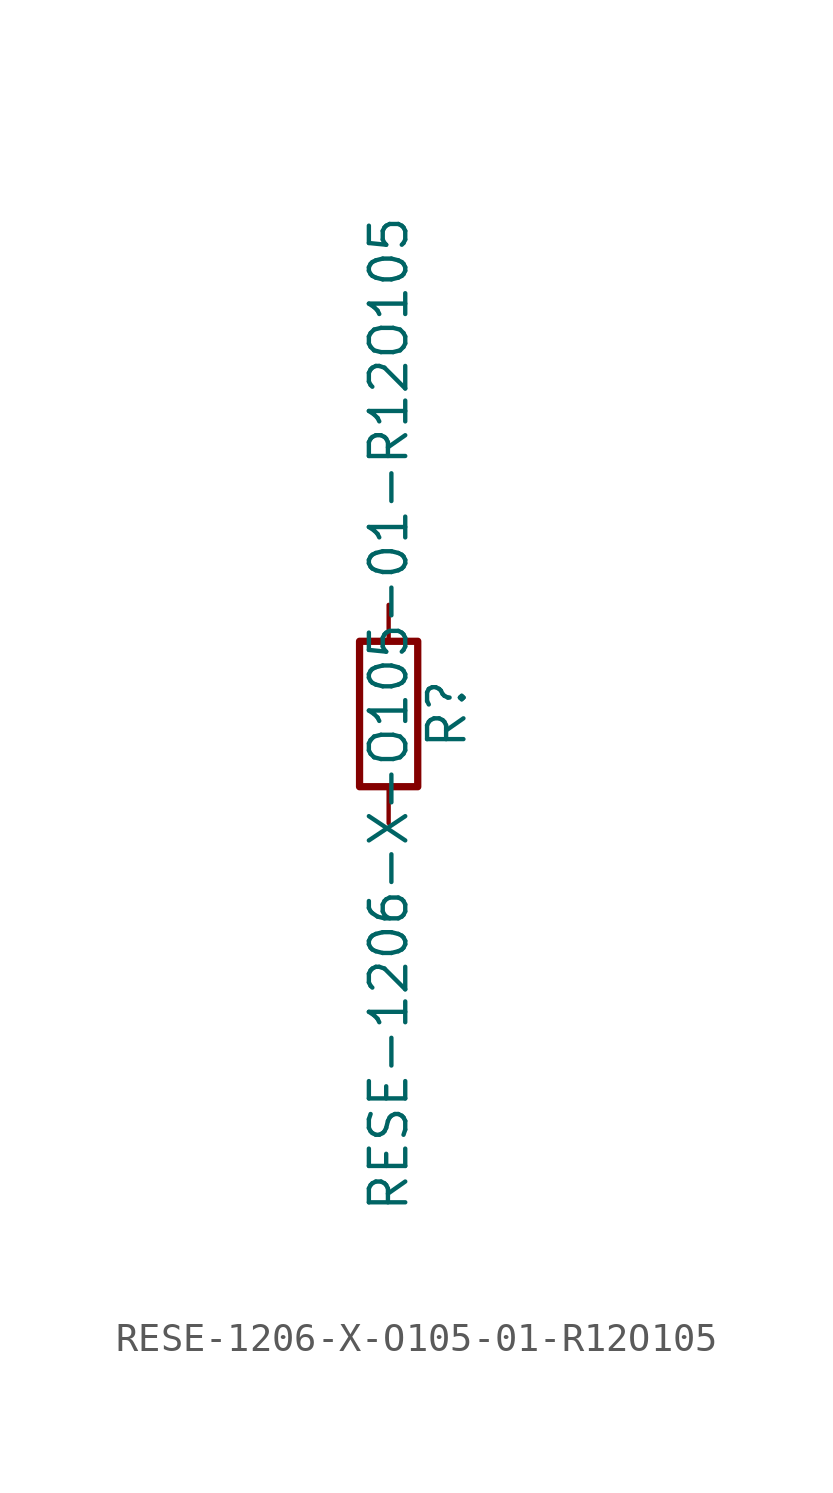
<source format=kicad_sym>
(kicad_symbol_lib
  (version 20211014)
  (generator kicad_symbol_editor)
  (symbol "RESE-1206-X-O105-01-R12O105"
    (pin_numbers hide)
    (pin_names
      (offset 0))
    (property "Reference" "R"
      (at 2.032 0 90)
      (effects (font (size 1.27 1.27))))
    (property "Value" "RESE-1206-X-O105-01-R12O105"
      (at 0 0 90)
      (effects (font (size 1.27 1.27))))
    (symbol "RESE-1206-X-O105-01-R12O105_0_1"
      (rectangle (start -1.016 -2.54) (end 1.016 2.54) (stroke (width 0.254) (type default) (color 0 0 0 0)) (fill (type none))))
    (symbol "RESE-1206-X-O105-01-R12O105_1_1"
      (pin passive line (at 0 3.81 270) (length 1.27) (name "~" (effects (font (size 1.27 1.27)))) (number "1" (effects (font (size 1.27 1.27)))))
      (pin passive line (at 0 -3.81 90) (length 1.27) (name "~" (effects (font (size 1.27 1.27)))) (number "2" (effects (font (size 1.27 1.27))))))))
</source>
